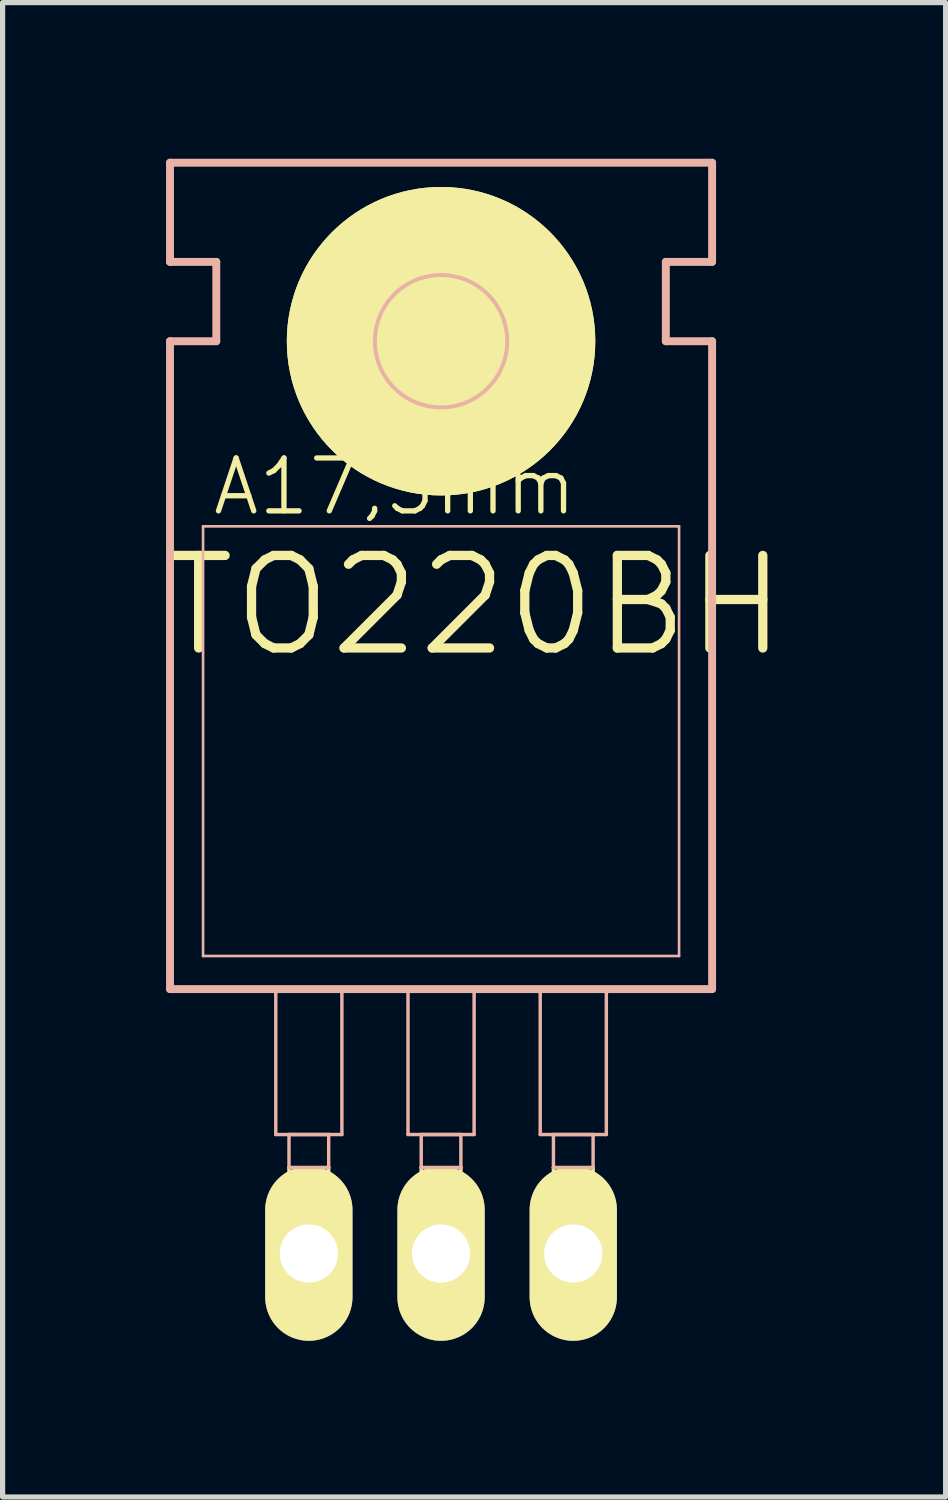
<source format=kicad_pcb>
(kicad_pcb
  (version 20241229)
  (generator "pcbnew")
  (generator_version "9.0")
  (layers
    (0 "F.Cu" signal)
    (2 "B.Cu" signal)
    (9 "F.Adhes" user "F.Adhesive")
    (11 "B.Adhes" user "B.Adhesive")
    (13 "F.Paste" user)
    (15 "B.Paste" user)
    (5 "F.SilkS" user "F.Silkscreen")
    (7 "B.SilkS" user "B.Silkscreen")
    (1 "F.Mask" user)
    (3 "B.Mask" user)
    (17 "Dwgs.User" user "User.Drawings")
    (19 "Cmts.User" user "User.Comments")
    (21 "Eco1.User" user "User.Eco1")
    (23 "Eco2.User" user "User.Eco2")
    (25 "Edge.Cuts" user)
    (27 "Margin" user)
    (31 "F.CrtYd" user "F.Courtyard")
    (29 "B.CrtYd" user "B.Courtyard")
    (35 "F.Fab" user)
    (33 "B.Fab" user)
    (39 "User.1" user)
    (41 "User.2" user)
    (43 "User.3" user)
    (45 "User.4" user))
  (footprint "TO220BH"
    (layer "F.Cu")
    (at 5.423 14.681)
    (property "Reference" "TO220BH" (at 0.635 -6.096 0) (layer "F.SilkS") (effects (font (size 1.778 1.778) (thickness 0.178))))
    (attr exclude_from_pos_files exclude_from_bom)
    (fp_line (start -2.921 4.699) (end -2.159 4.699) (stroke (width 0.066) (type solid)) (layer "F.SilkS"))
    (fp_line (start -2.921 6.604) (end -2.921 4.699) (stroke (width 0.066) (type solid)) (layer "F.SilkS"))
    (fp_line (start -2.921 6.604) (end -2.159 6.604) (stroke (width 0.066) (type solid)) (layer "F.SilkS"))
    (fp_line (start -2.159 6.604) (end -2.159 4.699) (stroke (width 0.066) (type solid)) (layer "F.SilkS"))
    (fp_line (start -1.651 -11.176) (end 1.651 -11.176) (stroke (width 0.127) (type solid)) (layer "F.SilkS"))
    (fp_line (start -0.381 4.699) (end 0.381 4.699) (stroke (width 0.066) (type solid)) (layer "F.SilkS"))
    (fp_line (start -0.381 6.604) (end -0.381 4.699) (stroke (width 0.066) (type solid)) (layer "F.SilkS"))
    (fp_line (start -0.381 6.604) (end 0.381 6.604) (stroke (width 0.066) (type solid)) (layer "F.SilkS"))
    (fp_line (start 0 -9.525) (end 0 -12.827) (stroke (width 0.127) (type solid)) (layer "F.SilkS"))
    (fp_line (start 0.381 6.604) (end 0.381 4.699) (stroke (width 0.066) (type solid)) (layer "F.SilkS"))
    (fp_line (start 2.159 4.699) (end 2.921 4.699) (stroke (width 0.066) (type solid)) (layer "F.SilkS"))
    (fp_line (start 2.159 6.604) (end 2.159 4.699) (stroke (width 0.066) (type solid)) (layer "F.SilkS"))
    (fp_line (start 2.159 6.604) (end 2.921 6.604) (stroke (width 0.066) (type solid)) (layer "F.SilkS"))
    (fp_line (start 2.921 6.604) (end 2.921 4.699) (stroke (width 0.066) (type solid)) (layer "F.SilkS"))
    (fp_circle (center 0 -11.176) (end -2.095 -13.271) (stroke (width 0) (type solid)) (fill yes) (layer "F.SilkS"))
    (fp_circle (center 0 -11.176) (end -2.095 -13.271) (stroke (width 0) (type solid)) (fill yes) (layer "F.SilkS"))
    (fp_circle (center 0 -11.176) (end -0.826 -12.002) (stroke (width 0.127) (type solid)) (fill no) (layer "F.SilkS"))
    (fp_line (start -5.207 -12.7) (end -5.207 -14.605) (stroke (width 0.152) (type solid)) (layer "B.SilkS"))
    (fp_line (start -5.207 -11.176) (end -4.318 -11.176) (stroke (width 0.152) (type solid)) (layer "B.SilkS"))
    (fp_line (start -5.207 1.27) (end -5.207 -11.176) (stroke (width 0.152) (type solid)) (layer "B.SilkS"))
    (fp_line (start -5.207 1.27) (end 5.207 1.27) (stroke (width 0.152) (type solid)) (layer "B.SilkS"))
    (fp_line (start -4.572 0.635) (end -4.572 -7.62) (stroke (width 0.051) (type solid)) (layer "B.SilkS"))
    (fp_line (start -4.572 0.635) (end 4.572 0.635) (stroke (width 0.051) (type solid)) (layer "B.SilkS"))
    (fp_line (start -4.318 -12.7) (end -5.207 -12.7) (stroke (width 0.152) (type solid)) (layer "B.SilkS"))
    (fp_line (start -4.318 -11.176) (end -4.318 -12.7) (stroke (width 0.152) (type solid)) (layer "B.SilkS"))
    (fp_line (start -3.175 1.27) (end -1.905 1.27) (stroke (width 0.066) (type solid)) (layer "B.SilkS"))
    (fp_line (start -3.175 4.064) (end -3.175 1.27) (stroke (width 0.066) (type solid)) (layer "B.SilkS"))
    (fp_line (start -3.175 4.064) (end -1.905 4.064) (stroke (width 0.066) (type solid)) (layer "B.SilkS"))
    (fp_line (start -2.921 4.064) (end -2.159 4.064) (stroke (width 0.066) (type solid)) (layer "B.SilkS"))
    (fp_line (start -2.921 4.699) (end -2.921 4.064) (stroke (width 0.066) (type solid)) (layer "B.SilkS"))
    (fp_line (start -2.921 4.699) (end -2.159 4.699) (stroke (width 0.066) (type solid)) (layer "B.SilkS"))
    (fp_line (start -2.159 4.699) (end -2.159 4.064) (stroke (width 0.066) (type solid)) (layer "B.SilkS"))
    (fp_line (start -1.905 4.064) (end -1.905 1.27) (stroke (width 0.066) (type solid)) (layer "B.SilkS"))
    (fp_line (start -0.635 1.27) (end 0.635 1.27) (stroke (width 0.066) (type solid)) (layer "B.SilkS"))
    (fp_line (start -0.635 4.064) (end -0.635 1.27) (stroke (width 0.066) (type solid)) (layer "B.SilkS"))
    (fp_line (start -0.635 4.064) (end 0.635 4.064) (stroke (width 0.066) (type solid)) (layer "B.SilkS"))
    (fp_line (start -0.381 4.064) (end 0.381 4.064) (stroke (width 0.066) (type solid)) (layer "B.SilkS"))
    (fp_line (start -0.381 4.699) (end -0.381 4.064) (stroke (width 0.066) (type solid)) (layer "B.SilkS"))
    (fp_line (start -0.381 4.699) (end 0.381 4.699) (stroke (width 0.066) (type solid)) (layer "B.SilkS"))
    (fp_line (start 0.381 4.699) (end 0.381 4.064) (stroke (width 0.066) (type solid)) (layer "B.SilkS"))
    (fp_line (start 0.635 4.064) (end 0.635 1.27) (stroke (width 0.066) (type solid)) (layer "B.SilkS"))
    (fp_line (start 1.905 1.27) (end 3.175 1.27) (stroke (width 0.066) (type solid)) (layer "B.SilkS"))
    (fp_line (start 1.905 4.064) (end 1.905 1.27) (stroke (width 0.066) (type solid)) (layer "B.SilkS"))
    (fp_line (start 1.905 4.064) (end 3.175 4.064) (stroke (width 0.066) (type solid)) (layer "B.SilkS"))
    (fp_line (start 2.159 4.064) (end 2.921 4.064) (stroke (width 0.066) (type solid)) (layer "B.SilkS"))
    (fp_line (start 2.159 4.699) (end 2.159 4.064) (stroke (width 0.066) (type solid)) (layer "B.SilkS"))
    (fp_line (start 2.159 4.699) (end 2.921 4.699) (stroke (width 0.066) (type solid)) (layer "B.SilkS"))
    (fp_line (start 2.921 4.699) (end 2.921 4.064) (stroke (width 0.066) (type solid)) (layer "B.SilkS"))
    (fp_line (start 3.175 4.064) (end 3.175 1.27) (stroke (width 0.066) (type solid)) (layer "B.SilkS"))
    (fp_line (start 4.318 -12.7) (end 5.207 -12.7) (stroke (width 0.152) (type solid)) (layer "B.SilkS"))
    (fp_line (start 4.318 -11.176) (end 4.318 -12.7) (stroke (width 0.152) (type solid)) (layer "B.SilkS"))
    (fp_line (start 4.572 -7.62) (end -4.572 -7.62) (stroke (width 0.051) (type solid)) (layer "B.SilkS"))
    (fp_line (start 4.572 -7.62) (end 4.572 0.635) (stroke (width 0.051) (type solid)) (layer "B.SilkS"))
    (fp_line (start 5.207 -14.605) (end -5.207 -14.605) (stroke (width 0.152) (type solid)) (layer "B.SilkS"))
    (fp_line (start 5.207 -12.7) (end 5.207 -14.605) (stroke (width 0.152) (type solid)) (layer "B.SilkS"))
    (fp_line (start 5.207 -11.176) (end 4.318 -11.176) (stroke (width 0.152) (type solid)) (layer "B.SilkS"))
    (fp_line (start 5.207 1.27) (end 5.207 -11.176) (stroke (width 0.152) (type solid)) (layer "B.SilkS"))
    (fp_circle (center 0 -11.176) (end -0.899 -12.075) (stroke (width 0.076) (type solid)) (fill no) (layer "B.SilkS"))
    (fp_text user "A17,5mm" (at -0.889 -8.382 0) (layer "F.SilkS") (effects (font (size 1.016 1.016) (thickness 0.102))))
    (pad "D" thru_hole oval (at 0 6.35 180) (size 1.676 3.353) (drill 1.118) (layers "*.Cu" "F.Mask" "F.SilkS" "F.Paste"))
    (pad "G" thru_hole oval (at -2.54 6.35 180) (size 1.676 3.353) (drill 1.118) (layers "*.Cu" "F.Mask" "F.SilkS" "F.Paste"))
    (pad "S" thru_hole oval (at 2.54 6.35 180) (size 1.676 3.353) (drill 1.118) (layers "*.Cu" "F.Mask" "F.SilkS" "F.Paste")))
  (gr_rect
    (start -3 -3)
    (end 15.116 25.708)
    (stroke (width 0.1) (type default))
    (fill no)
    (layer "Edge.Cuts")))
</source>
